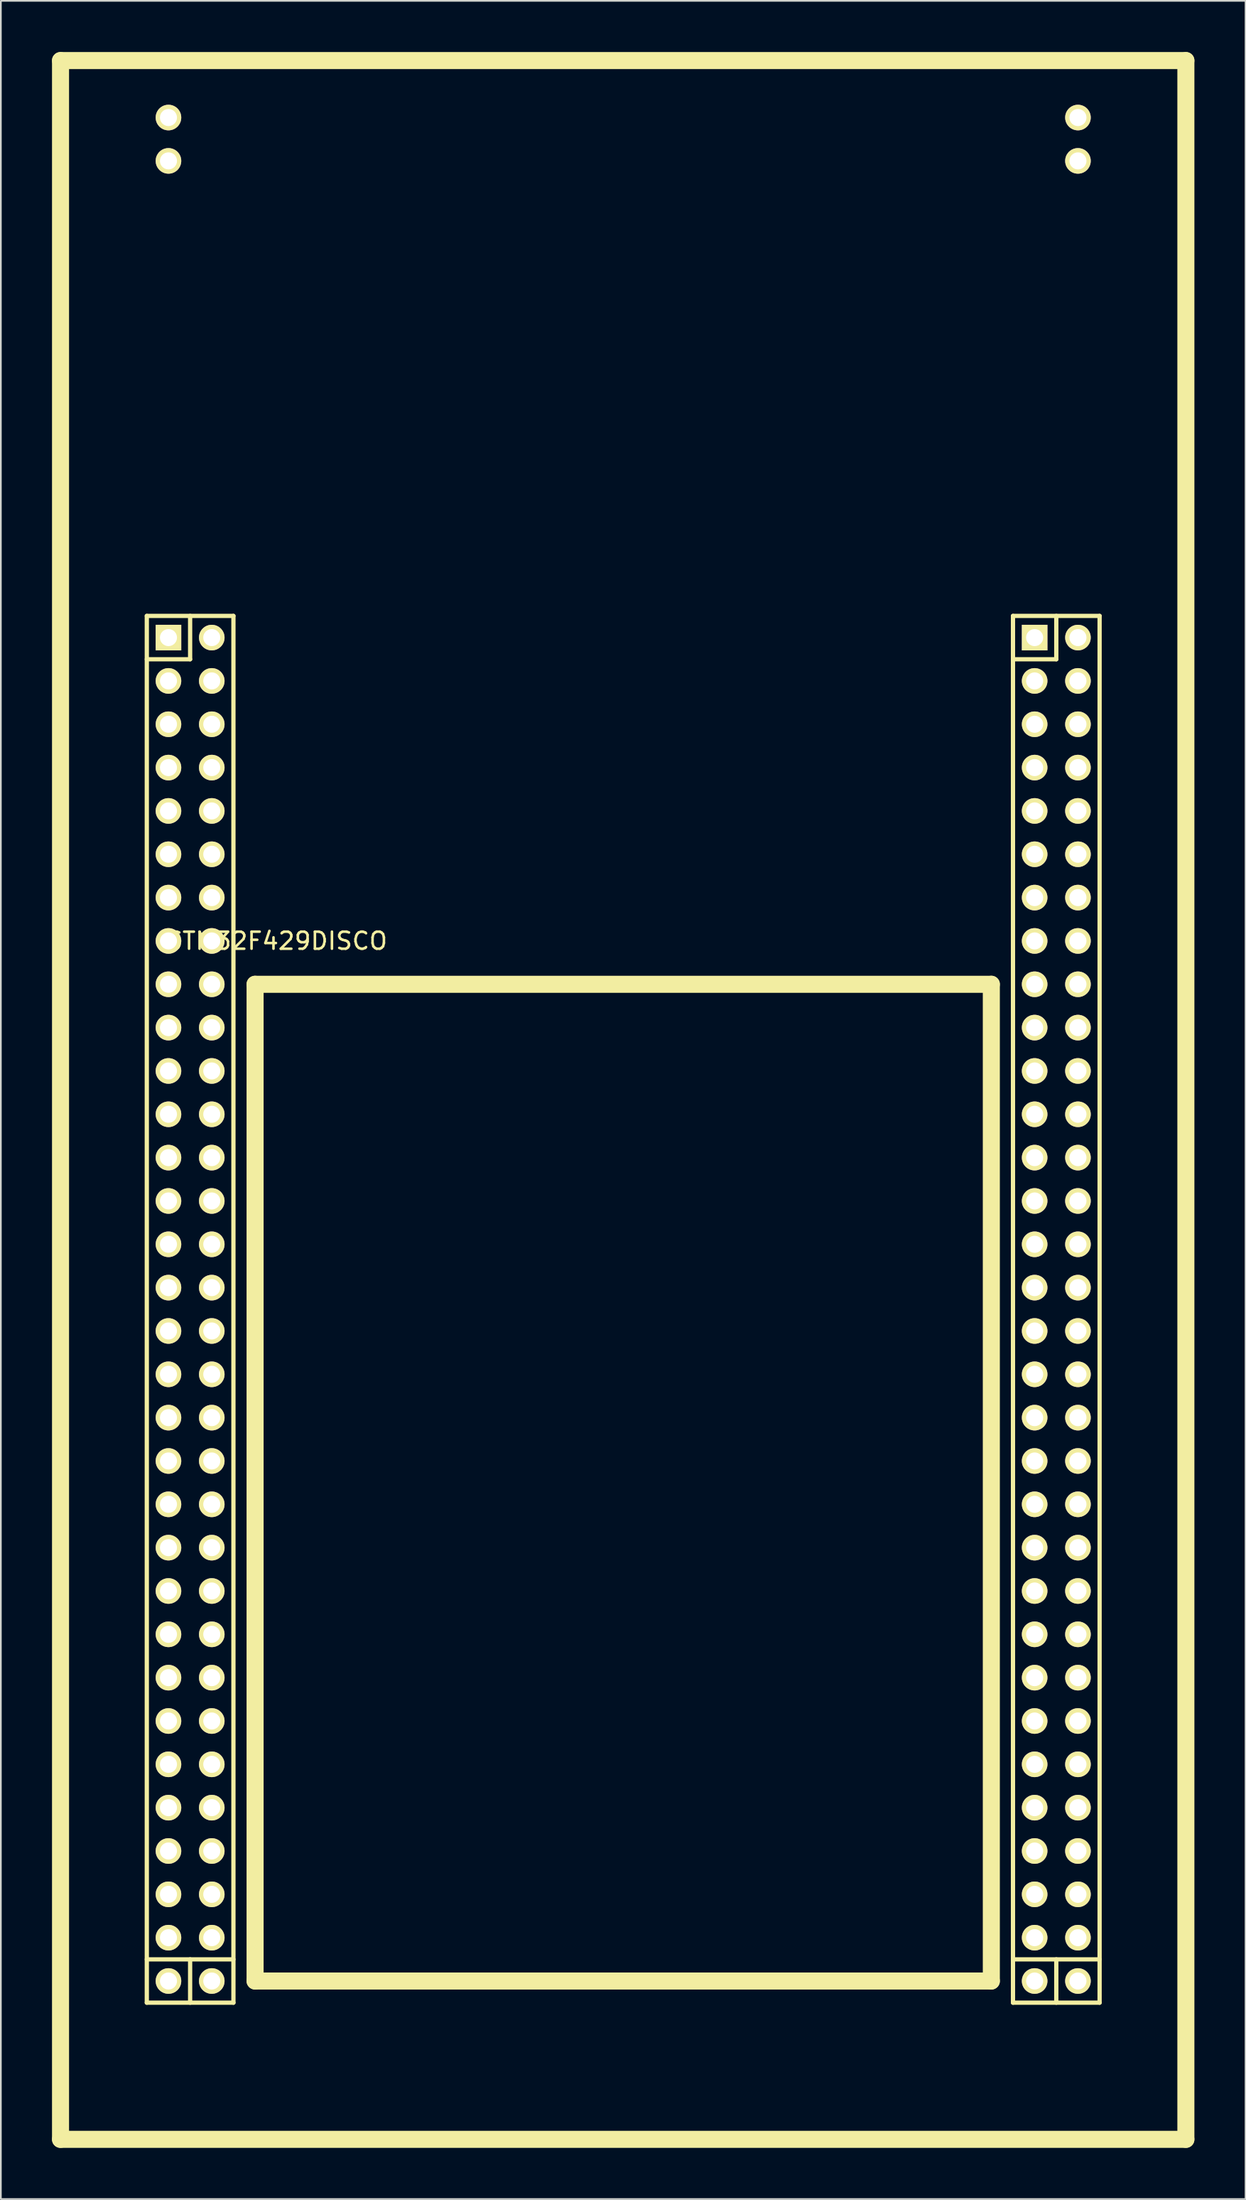
<source format=kicad_pcb>
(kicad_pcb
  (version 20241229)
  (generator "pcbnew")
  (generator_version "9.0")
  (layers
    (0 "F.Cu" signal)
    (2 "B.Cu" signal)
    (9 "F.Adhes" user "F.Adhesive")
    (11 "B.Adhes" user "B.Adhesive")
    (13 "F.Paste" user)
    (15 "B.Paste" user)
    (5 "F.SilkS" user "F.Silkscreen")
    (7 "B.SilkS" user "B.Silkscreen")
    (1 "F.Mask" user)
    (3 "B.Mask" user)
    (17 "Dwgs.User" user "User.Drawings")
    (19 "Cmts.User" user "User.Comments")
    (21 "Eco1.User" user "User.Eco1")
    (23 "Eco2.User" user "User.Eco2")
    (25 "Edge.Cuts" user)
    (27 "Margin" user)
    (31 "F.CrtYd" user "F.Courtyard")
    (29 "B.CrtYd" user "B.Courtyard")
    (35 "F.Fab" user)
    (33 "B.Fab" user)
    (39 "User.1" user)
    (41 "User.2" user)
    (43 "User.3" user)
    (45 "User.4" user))
  (footprint "STM32F429DISCO"
    (layer "F.Cu")
    (at 6.83 34.32)
    (property "Reference" "STM32F429DISCO" (at 6.35 17.78 0) (layer "F.SilkS") (effects (font (size 1 1) (thickness 0.15))))
    (attr through_hole)
    (fp_line (start -6.33 -33.82) (end -6.33 88.02) (stroke (width 1) (type solid)) (layer "F.SilkS"))
    (fp_line (start -6.33 -33.82) (end 59.67 -33.82) (stroke (width 1) (type solid)) (layer "F.SilkS"))
    (fp_line (start -6.33 88.02) (end 59.67 88.02) (stroke (width 1) (type solid)) (layer "F.SilkS"))
    (fp_line (start -1.27 -1.27) (end 3.81 -1.27) (stroke (width 0.25) (type solid)) (layer "F.SilkS"))
    (fp_line (start -1.27 1.27) (end 1.27 1.27) (stroke (width 0.25) (type solid)) (layer "F.SilkS"))
    (fp_line (start -1.27 77.47) (end 3.81 77.47) (stroke (width 0.25) (type solid)) (layer "F.SilkS"))
    (fp_line (start -1.27 80.01) (end -1.27 -1.27) (stroke (width 0.25) (type solid)) (layer "F.SilkS"))
    (fp_line (start 1.27 1.27) (end 1.27 -1.27) (stroke (width 0.25) (type solid)) (layer "F.SilkS"))
    (fp_line (start 1.27 77.47) (end 1.27 80.01) (stroke (width 0.25) (type solid)) (layer "F.SilkS"))
    (fp_line (start 3.81 -1.27) (end 3.81 80.01) (stroke (width 0.25) (type solid)) (layer "F.SilkS"))
    (fp_line (start 3.81 80.01) (end -1.27 80.01) (stroke (width 0.25) (type solid)) (layer "F.SilkS"))
    (fp_line (start 5.08 20.32) (end 48.26 20.32) (stroke (width 1) (type solid)) (layer "F.SilkS"))
    (fp_line (start 5.08 78.74) (end 5.08 20.32) (stroke (width 1) (type solid)) (layer "F.SilkS"))
    (fp_line (start 48.26 20.32) (end 48.26 78.74) (stroke (width 1) (type solid)) (layer "F.SilkS"))
    (fp_line (start 48.26 78.74) (end 5.08 78.74) (stroke (width 1) (type solid)) (layer "F.SilkS"))
    (fp_line (start 49.53 -1.27) (end 54.61 -1.27) (stroke (width 0.25) (type solid)) (layer "F.SilkS"))
    (fp_line (start 49.53 1.27) (end 52.07 1.27) (stroke (width 0.25) (type solid)) (layer "F.SilkS"))
    (fp_line (start 49.53 77.47) (end 54.61 77.47) (stroke (width 0.25) (type solid)) (layer "F.SilkS"))
    (fp_line (start 49.53 80.01) (end 49.53 -1.27) (stroke (width 0.25) (type solid)) (layer "F.SilkS"))
    (fp_line (start 52.07 1.27) (end 52.07 -1.27) (stroke (width 0.25) (type solid)) (layer "F.SilkS"))
    (fp_line (start 52.07 77.47) (end 52.07 80.01) (stroke (width 0.25) (type solid)) (layer "F.SilkS"))
    (fp_line (start 54.61 -1.27) (end 54.61 80.01) (stroke (width 0.25) (type solid)) (layer "F.SilkS"))
    (fp_line (start 54.61 80.01) (end 49.53 80.01) (stroke (width 0.25) (type solid)) (layer "F.SilkS"))
    (fp_line (start 59.67 -33.82) (end 59.67 88.02) (stroke (width 1) (type solid)) (layer "F.SilkS"))
    (pad "1" thru_hole rect (at 0 0) (size 1.5 1.5) (drill 1) (layers "*.Cu" "*.Mask" "F.SilkS"))
    (pad "2" thru_hole circle (at 2.54 0) (size 1.5 1.5) (drill 1) (layers "*.Cu" "*.Mask" "F.SilkS"))
    (pad "3" thru_hole circle (at 0 2.54) (size 1.5 1.5) (drill 1) (layers "*.Cu" "*.Mask" "F.SilkS"))
    (pad "4" thru_hole circle (at 2.54 2.54) (size 1.5 1.5) (drill 1) (layers "*.Cu" "*.Mask" "F.SilkS"))
    (pad "5" thru_hole circle (at 0 5.08) (size 1.5 1.5) (drill 1) (layers "*.Cu" "*.Mask" "F.SilkS"))
    (pad "6" thru_hole circle (at 2.54 5.08) (size 1.5 1.5) (drill 1) (layers "*.Cu" "*.Mask" "F.SilkS"))
    (pad "7" thru_hole circle (at 0 7.62) (size 1.5 1.5) (drill 1) (layers "*.Cu" "*.Mask" "F.SilkS"))
    (pad "8" thru_hole circle (at 2.54 7.62) (size 1.5 1.5) (drill 1) (layers "*.Cu" "*.Mask" "F.SilkS"))
    (pad "9" thru_hole circle (at 0 10.16) (size 1.5 1.5) (drill 1) (layers "*.Cu" "*.Mask" "F.SilkS"))
    (pad "10" thru_hole circle (at 2.54 10.16) (size 1.5 1.5) (drill 1) (layers "*.Cu" "*.Mask" "F.SilkS"))
    (pad "11" thru_hole circle (at 0 12.7) (size 1.5 1.5) (drill 1) (layers "*.Cu" "*.Mask" "F.SilkS"))
    (pad "12" thru_hole circle (at 2.54 12.7) (size 1.5 1.5) (drill 1) (layers "*.Cu" "*.Mask" "F.SilkS"))
    (pad "13" thru_hole circle (at 0 15.24) (size 1.5 1.5) (drill 1) (layers "*.Cu" "*.Mask" "F.SilkS"))
    (pad "14" thru_hole circle (at 2.54 15.24) (size 1.5 1.5) (drill 1) (layers "*.Cu" "*.Mask" "F.SilkS"))
    (pad "15" thru_hole circle (at 0 17.78) (size 1.5 1.5) (drill 1) (layers "*.Cu" "*.Mask" "F.SilkS"))
    (pad "16" thru_hole circle (at 2.54 17.78) (size 1.5 1.5) (drill 1) (layers "*.Cu" "*.Mask" "F.SilkS"))
    (pad "17" thru_hole circle (at 0 20.32) (size 1.5 1.5) (drill 1) (layers "*.Cu" "*.Mask" "F.SilkS"))
    (pad "18" thru_hole circle (at 2.54 20.32) (size 1.5 1.5) (drill 1) (layers "*.Cu" "*.Mask" "F.SilkS"))
    (pad "19" thru_hole circle (at 0 22.86) (size 1.5 1.5) (drill 1) (layers "*.Cu" "*.Mask" "F.SilkS"))
    (pad "20" thru_hole circle (at 2.54 22.86) (size 1.5 1.5) (drill 1) (layers "*.Cu" "*.Mask" "F.SilkS"))
    (pad "21" thru_hole circle (at 0 25.4) (size 1.5 1.5) (drill 1) (layers "*.Cu" "*.Mask" "F.SilkS"))
    (pad "22" thru_hole circle (at 2.54 25.4) (size 1.5 1.5) (drill 1) (layers "*.Cu" "*.Mask" "F.SilkS"))
    (pad "23" thru_hole circle (at 0 27.94) (size 1.5 1.5) (drill 1) (layers "*.Cu" "*.Mask" "F.SilkS"))
    (pad "24" thru_hole circle (at 2.54 27.94) (size 1.5 1.5) (drill 1) (layers "*.Cu" "*.Mask" "F.SilkS"))
    (pad "25" thru_hole circle (at 0 30.48) (size 1.5 1.5) (drill 1) (layers "*.Cu" "*.Mask" "F.SilkS"))
    (pad "26" thru_hole circle (at 2.54 30.48) (size 1.5 1.5) (drill 1) (layers "*.Cu" "*.Mask" "F.SilkS"))
    (pad "27" thru_hole circle (at 0 33.02) (size 1.5 1.5) (drill 1) (layers "*.Cu" "*.Mask" "F.SilkS"))
    (pad "28" thru_hole circle (at 2.54 33.02) (size 1.5 1.5) (drill 1) (layers "*.Cu" "*.Mask" "F.SilkS"))
    (pad "29" thru_hole circle (at 0 35.56) (size 1.5 1.5) (drill 1) (layers "*.Cu" "*.Mask" "F.SilkS"))
    (pad "30" thru_hole circle (at 2.54 35.56) (size 1.5 1.5) (drill 1) (layers "*.Cu" "*.Mask" "F.SilkS"))
    (pad "31" thru_hole circle (at 0 38.1) (size 1.5 1.5) (drill 1) (layers "*.Cu" "*.Mask" "F.SilkS"))
    (pad "32" thru_hole circle (at 2.54 38.1) (size 1.5 1.5) (drill 1) (layers "*.Cu" "*.Mask" "F.SilkS"))
    (pad "33" thru_hole circle (at 0 40.64) (size 1.5 1.5) (drill 1) (layers "*.Cu" "*.Mask" "F.SilkS"))
    (pad "34" thru_hole circle (at 2.54 40.64) (size 1.5 1.5) (drill 1) (layers "*.Cu" "*.Mask" "F.SilkS"))
    (pad "35" thru_hole circle (at 0 43.18) (size 1.5 1.5) (drill 1) (layers "*.Cu" "*.Mask" "F.SilkS"))
    (pad "36" thru_hole circle (at 2.54 43.18) (size 1.5 1.5) (drill 1) (layers "*.Cu" "*.Mask" "F.SilkS"))
    (pad "37" thru_hole circle (at 0 45.72) (size 1.5 1.5) (drill 1) (layers "*.Cu" "*.Mask" "F.SilkS"))
    (pad "38" thru_hole circle (at 2.54 45.72) (size 1.5 1.5) (drill 1) (layers "*.Cu" "*.Mask" "F.SilkS"))
    (pad "39" thru_hole circle (at 0 48.26) (size 1.5 1.5) (drill 1) (layers "*.Cu" "*.Mask" "F.SilkS"))
    (pad "40" thru_hole circle (at 2.54 48.26) (size 1.5 1.5) (drill 1) (layers "*.Cu" "*.Mask" "F.SilkS"))
    (pad "41" thru_hole circle (at 0 50.8) (size 1.5 1.5) (drill 1) (layers "*.Cu" "*.Mask" "F.SilkS"))
    (pad "42" thru_hole circle (at 2.54 50.8) (size 1.5 1.5) (drill 1) (layers "*.Cu" "*.Mask" "F.SilkS"))
    (pad "43" thru_hole circle (at 0 53.34) (size 1.5 1.5) (drill 1) (layers "*.Cu" "*.Mask" "F.SilkS"))
    (pad "44" thru_hole circle (at 2.54 53.34) (size 1.5 1.5) (drill 1) (layers "*.Cu" "*.Mask" "F.SilkS"))
    (pad "45" thru_hole circle (at 0 55.88) (size 1.5 1.5) (drill 1) (layers "*.Cu" "*.Mask" "F.SilkS"))
    (pad "46" thru_hole circle (at 2.54 55.88) (size 1.5 1.5) (drill 1) (layers "*.Cu" "*.Mask" "F.SilkS"))
    (pad "47" thru_hole circle (at 0 58.42) (size 1.5 1.5) (drill 1) (layers "*.Cu" "*.Mask" "F.SilkS"))
    (pad "48" thru_hole circle (at 2.54 58.42) (size 1.5 1.5) (drill 1) (layers "*.Cu" "*.Mask" "F.SilkS"))
    (pad "49" thru_hole circle (at 0 60.96) (size 1.5 1.5) (drill 1) (layers "*.Cu" "*.Mask" "F.SilkS"))
    (pad "50" thru_hole circle (at 2.54 60.96) (size 1.5 1.5) (drill 1) (layers "*.Cu" "*.Mask" "F.SilkS"))
    (pad "51" thru_hole circle (at 0 63.5) (size 1.5 1.5) (drill 1) (layers "*.Cu" "*.Mask" "F.SilkS"))
    (pad "52" thru_hole circle (at 2.54 63.5) (size 1.5 1.5) (drill 1) (layers "*.Cu" "*.Mask" "F.SilkS"))
    (pad "53" thru_hole circle (at 0 66.04) (size 1.5 1.5) (drill 1) (layers "*.Cu" "*.Mask" "F.SilkS"))
    (pad "54" thru_hole circle (at 2.54 66.04) (size 1.5 1.5) (drill 1) (layers "*.Cu" "*.Mask" "F.SilkS"))
    (pad "55" thru_hole circle (at 0 68.58) (size 1.5 1.5) (drill 1) (layers "*.Cu" "*.Mask" "F.SilkS"))
    (pad "56" thru_hole circle (at 2.54 68.58) (size 1.5 1.5) (drill 1) (layers "*.Cu" "*.Mask" "F.SilkS"))
    (pad "57" thru_hole circle (at 0 71.12) (size 1.5 1.5) (drill 1) (layers "*.Cu" "*.Mask" "F.SilkS"))
    (pad "58" thru_hole circle (at 2.54 71.12) (size 1.5 1.5) (drill 1) (layers "*.Cu" "*.Mask" "F.SilkS"))
    (pad "59" thru_hole circle (at 0 73.66) (size 1.5 1.5) (drill 1) (layers "*.Cu" "*.Mask" "F.SilkS"))
    (pad "60" thru_hole circle (at 2.54 73.66) (size 1.5 1.5) (drill 1) (layers "*.Cu" "*.Mask" "F.SilkS"))
    (pad "61" thru_hole circle (at 0 76.2) (size 1.5 1.5) (drill 1) (layers "*.Cu" "*.Mask" "F.SilkS"))
    (pad "62" thru_hole circle (at 2.54 76.2) (size 1.5 1.5) (drill 1) (layers "*.Cu" "*.Mask" "F.SilkS"))
    (pad "63" thru_hole circle (at 0 78.74) (size 1.5 1.5) (drill 1) (layers "*.Cu" "*.Mask" "F.SilkS"))
    (pad "64" thru_hole circle (at 2.54 78.74) (size 1.5 1.5) (drill 1) (layers "*.Cu" "*.Mask" "F.SilkS"))
    (pad "65" thru_hole rect (at 50.8 0) (size 1.5 1.5) (drill 1) (layers "*.Cu" "*.Mask" "F.SilkS"))
    (pad "66" thru_hole circle (at 53.34 0) (size 1.5 1.5) (drill 1) (layers "*.Cu" "*.Mask" "F.SilkS"))
    (pad "67" thru_hole circle (at 50.8 2.54) (size 1.5 1.5) (drill 1) (layers "*.Cu" "*.Mask" "F.SilkS"))
    (pad "68" thru_hole circle (at 53.34 2.54) (size 1.5 1.5) (drill 1) (layers "*.Cu" "*.Mask" "F.SilkS"))
    (pad "69" thru_hole circle (at 50.8 5.08) (size 1.5 1.5) (drill 1) (layers "*.Cu" "*.Mask" "F.SilkS"))
    (pad "70" thru_hole circle (at 53.34 5.08) (size 1.5 1.5) (drill 1) (layers "*.Cu" "*.Mask" "F.SilkS"))
    (pad "71" thru_hole circle (at 50.8 7.62) (size 1.5 1.5) (drill 1) (layers "*.Cu" "*.Mask" "F.SilkS"))
    (pad "72" thru_hole circle (at 53.34 7.62) (size 1.5 1.5) (drill 1) (layers "*.Cu" "*.Mask" "F.SilkS"))
    (pad "73" thru_hole circle (at 50.8 10.16) (size 1.5 1.5) (drill 1) (layers "*.Cu" "*.Mask" "F.SilkS"))
    (pad "74" thru_hole circle (at 53.34 10.16) (size 1.5 1.5) (drill 1) (layers "*.Cu" "*.Mask" "F.SilkS"))
    (pad "75" thru_hole circle (at 50.8 12.7) (size 1.5 1.5) (drill 1) (layers "*.Cu" "*.Mask" "F.SilkS"))
    (pad "76" thru_hole circle (at 53.34 12.7) (size 1.5 1.5) (drill 1) (layers "*.Cu" "*.Mask" "F.SilkS"))
    (pad "77" thru_hole circle (at 50.8 15.24) (size 1.5 1.5) (drill 1) (layers "*.Cu" "*.Mask" "F.SilkS"))
    (pad "78" thru_hole circle (at 53.34 15.24) (size 1.5 1.5) (drill 1) (layers "*.Cu" "*.Mask" "F.SilkS"))
    (pad "79" thru_hole circle (at 50.8 17.78) (size 1.5 1.5) (drill 1) (layers "*.Cu" "*.Mask" "F.SilkS"))
    (pad "80" thru_hole circle (at 53.34 17.78) (size 1.5 1.5) (drill 1) (layers "*.Cu" "*.Mask" "F.SilkS"))
    (pad "81" thru_hole circle (at 50.8 20.32) (size 1.5 1.5) (drill 1) (layers "*.Cu" "*.Mask" "F.SilkS"))
    (pad "82" thru_hole circle (at 53.34 20.32) (size 1.5 1.5) (drill 1) (layers "*.Cu" "*.Mask" "F.SilkS"))
    (pad "83" thru_hole circle (at 50.8 22.86) (size 1.5 1.5) (drill 1) (layers "*.Cu" "*.Mask" "F.SilkS"))
    (pad "84" thru_hole circle (at 53.34 22.86) (size 1.5 1.5) (drill 1) (layers "*.Cu" "*.Mask" "F.SilkS"))
    (pad "85" thru_hole circle (at 50.8 25.4) (size 1.5 1.5) (drill 1) (layers "*.Cu" "*.Mask" "F.SilkS"))
    (pad "86" thru_hole circle (at 53.34 25.4) (size 1.5 1.5) (drill 1) (layers "*.Cu" "*.Mask" "F.SilkS"))
    (pad "87" thru_hole circle (at 50.8 27.94) (size 1.5 1.5) (drill 1) (layers "*.Cu" "*.Mask" "F.SilkS"))
    (pad "88" thru_hole circle (at 53.34 27.94) (size 1.5 1.5) (drill 1) (layers "*.Cu" "*.Mask" "F.SilkS"))
    (pad "89" thru_hole circle (at 50.8 30.48) (size 1.5 1.5) (drill 1) (layers "*.Cu" "*.Mask" "F.SilkS"))
    (pad "90" thru_hole circle (at 53.34 30.48) (size 1.5 1.5) (drill 1) (layers "*.Cu" "*.Mask" "F.SilkS"))
    (pad "91" thru_hole circle (at 50.8 33.02) (size 1.5 1.5) (drill 1) (layers "*.Cu" "*.Mask" "F.SilkS"))
    (pad "92" thru_hole circle (at 53.34 33.02) (size 1.5 1.5) (drill 1) (layers "*.Cu" "*.Mask" "F.SilkS"))
    (pad "93" thru_hole circle (at 50.8 35.56) (size 1.5 1.5) (drill 1) (layers "*.Cu" "*.Mask" "F.SilkS"))
    (pad "94" thru_hole circle (at 53.34 35.56) (size 1.5 1.5) (drill 1) (layers "*.Cu" "*.Mask" "F.SilkS"))
    (pad "95" thru_hole circle (at 50.8 38.1) (size 1.5 1.5) (drill 1) (layers "*.Cu" "*.Mask" "F.SilkS"))
    (pad "96" thru_hole circle (at 53.34 38.1) (size 1.5 1.5) (drill 1) (layers "*.Cu" "*.Mask" "F.SilkS"))
    (pad "97" thru_hole circle (at 50.8 40.64) (size 1.5 1.5) (drill 1) (layers "*.Cu" "*.Mask" "F.SilkS"))
    (pad "98" thru_hole circle (at 53.34 40.64) (size 1.5 1.5) (drill 1) (layers "*.Cu" "*.Mask" "F.SilkS"))
    (pad "99" thru_hole circle (at 50.8 43.18) (size 1.5 1.5) (drill 1) (layers "*.Cu" "*.Mask" "F.SilkS"))
    (pad "100" thru_hole circle (at 53.34 43.18) (size 1.5 1.5) (drill 1) (layers "*.Cu" "*.Mask" "F.SilkS"))
    (pad "101" thru_hole circle (at 50.8 45.72) (size 1.5 1.5) (drill 1) (layers "*.Cu" "*.Mask" "F.SilkS"))
    (pad "102" thru_hole circle (at 53.34 45.72) (size 1.5 1.5) (drill 1) (layers "*.Cu" "*.Mask" "F.SilkS"))
    (pad "103" thru_hole circle (at 50.8 48.26) (size 1.5 1.5) (drill 1) (layers "*.Cu" "*.Mask" "F.SilkS"))
    (pad "104" thru_hole circle (at 53.34 48.26) (size 1.5 1.5) (drill 1) (layers "*.Cu" "*.Mask" "F.SilkS"))
    (pad "105" thru_hole circle (at 50.8 50.8) (size 1.5 1.5) (drill 1) (layers "*.Cu" "*.Mask" "F.SilkS"))
    (pad "106" thru_hole circle (at 53.34 50.8) (size 1.5 1.5) (drill 1) (layers "*.Cu" "*.Mask" "F.SilkS"))
    (pad "107" thru_hole circle (at 50.8 53.34) (size 1.5 1.5) (drill 1) (layers "*.Cu" "*.Mask" "F.SilkS"))
    (pad "108" thru_hole circle (at 53.34 53.34) (size 1.5 1.5) (drill 1) (layers "*.Cu" "*.Mask" "F.SilkS"))
    (pad "109" thru_hole circle (at 50.8 55.88) (size 1.5 1.5) (drill 1) (layers "*.Cu" "*.Mask" "F.SilkS"))
    (pad "110" thru_hole circle (at 53.34 55.88) (size 1.5 1.5) (drill 1) (layers "*.Cu" "*.Mask" "F.SilkS"))
    (pad "111" thru_hole circle (at 50.8 58.42) (size 1.5 1.5) (drill 1) (layers "*.Cu" "*.Mask" "F.SilkS"))
    (pad "112" thru_hole circle (at 53.34 58.42) (size 1.5 1.5) (drill 1) (layers "*.Cu" "*.Mask" "F.SilkS"))
    (pad "113" thru_hole circle (at 50.8 60.96) (size 1.5 1.5) (drill 1) (layers "*.Cu" "*.Mask" "F.SilkS"))
    (pad "114" thru_hole circle (at 53.34 60.96) (size 1.5 1.5) (drill 1) (layers "*.Cu" "*.Mask" "F.SilkS"))
    (pad "115" thru_hole circle (at 50.8 63.5) (size 1.5 1.5) (drill 1) (layers "*.Cu" "*.Mask" "F.SilkS"))
    (pad "116" thru_hole circle (at 53.34 63.5) (size 1.5 1.5) (drill 1) (layers "*.Cu" "*.Mask" "F.SilkS"))
    (pad "117" thru_hole circle (at 50.8 66.04) (size 1.5 1.5) (drill 1) (layers "*.Cu" "*.Mask" "F.SilkS"))
    (pad "118" thru_hole circle (at 53.34 66.04) (size 1.5 1.5) (drill 1) (layers "*.Cu" "*.Mask" "F.SilkS"))
    (pad "119" thru_hole circle (at 50.8 68.58) (size 1.5 1.5) (drill 1) (layers "*.Cu" "*.Mask" "F.SilkS"))
    (pad "120" thru_hole circle (at 53.34 68.58) (size 1.5 1.5) (drill 1) (layers "*.Cu" "*.Mask" "F.SilkS"))
    (pad "121" thru_hole circle (at 50.8 71.12) (size 1.5 1.5) (drill 1) (layers "*.Cu" "*.Mask" "F.SilkS"))
    (pad "122" thru_hole circle (at 53.34 71.12) (size 1.5 1.5) (drill 1) (layers "*.Cu" "*.Mask" "F.SilkS"))
    (pad "123" thru_hole circle (at 50.8 73.66) (size 1.5 1.5) (drill 1) (layers "*.Cu" "*.Mask" "F.SilkS"))
    (pad "124" thru_hole circle (at 53.34 73.66) (size 1.5 1.5) (drill 1) (layers "*.Cu" "*.Mask" "F.SilkS"))
    (pad "125" thru_hole circle (at 50.8 76.2) (size 1.5 1.5) (drill 1) (layers "*.Cu" "*.Mask" "F.SilkS"))
    (pad "126" thru_hole circle (at 53.34 76.2) (size 1.5 1.5) (drill 1) (layers "*.Cu" "*.Mask" "F.SilkS"))
    (pad "127" thru_hole circle (at 50.8 78.74) (size 1.5 1.5) (drill 1) (layers "*.Cu" "*.Mask" "F.SilkS"))
    (pad "128" thru_hole circle (at 53.34 78.74) (size 1.5 1.5) (drill 1) (layers "*.Cu" "*.Mask" "F.SilkS"))
    (pad "G1" thru_hole circle (at 0 -30.48) (size 1.5 1.5) (drill 1) (layers "*.Cu" "*.Mask" "F.SilkS"))
    (pad "G2" thru_hole circle (at 0 -27.94) (size 1.5 1.5) (drill 1) (layers "*.Cu" "*.Mask" "F.SilkS"))
    (pad "G3" thru_hole circle (at 53.34 -27.94) (size 1.5 1.5) (drill 1) (layers "*.Cu" "*.Mask" "F.SilkS"))
    (pad "G4" thru_hole circle (at 53.34 -30.48) (size 1.5 1.5) (drill 1) (layers "*.Cu" "*.Mask" "F.SilkS")))
  (gr_rect
    (start -3 -3)
    (end 70 125.84)
    (stroke (width 0.1) (type default))
    (fill no)
    (layer "Edge.Cuts")))
</source>
